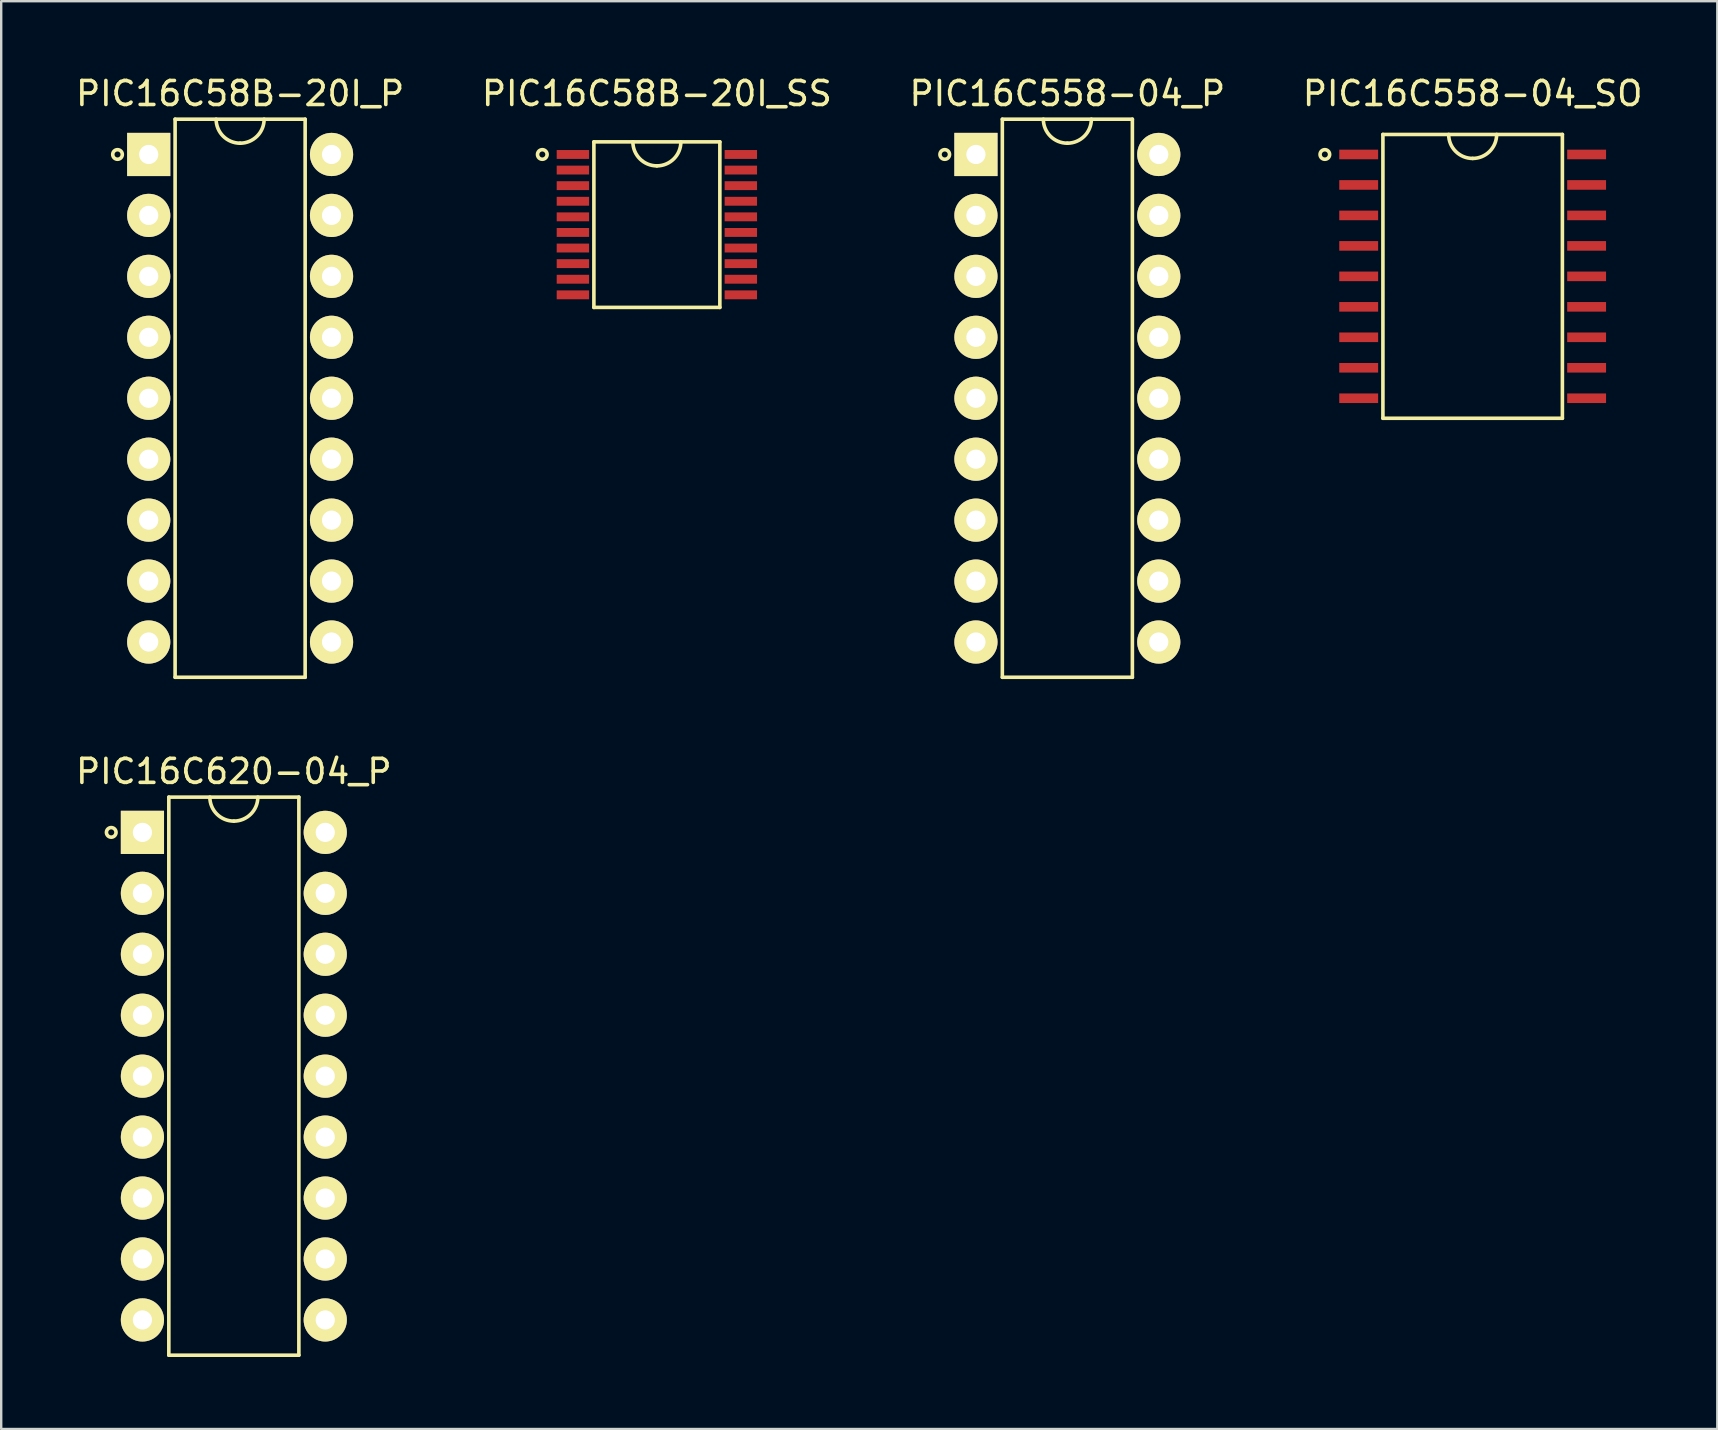
<source format=kicad_pcb>
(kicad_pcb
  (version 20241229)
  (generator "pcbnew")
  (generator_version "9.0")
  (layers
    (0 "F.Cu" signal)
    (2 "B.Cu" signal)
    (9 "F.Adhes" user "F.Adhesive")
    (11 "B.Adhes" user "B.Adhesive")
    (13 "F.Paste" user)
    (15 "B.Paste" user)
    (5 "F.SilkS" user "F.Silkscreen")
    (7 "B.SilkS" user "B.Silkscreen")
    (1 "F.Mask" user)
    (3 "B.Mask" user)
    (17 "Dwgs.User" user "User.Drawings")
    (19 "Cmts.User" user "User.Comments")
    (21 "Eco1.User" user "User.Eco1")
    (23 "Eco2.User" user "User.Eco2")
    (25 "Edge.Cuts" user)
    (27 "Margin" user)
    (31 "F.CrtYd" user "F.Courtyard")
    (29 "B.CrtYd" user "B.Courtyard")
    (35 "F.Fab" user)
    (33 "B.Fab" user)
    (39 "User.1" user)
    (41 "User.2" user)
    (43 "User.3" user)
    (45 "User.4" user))
  (footprint "PIC16C620-04_P"
    (layer "F.Cu")
    (at 2.886 31.642)
    (property "Reference" "PIC16C620-04_P" (at 3.81 -2.54 0) (layer "F.SilkS") (effects (font (size 1 1) (thickness 0.15))))
    (attr through_hole)
    (fp_line (start 1.1 -1.47) (end 6.52 -1.47) (stroke (width 0.15) (type solid)) (layer "F.SilkS"))
    (fp_line (start 1.1 21.79) (end 1.1 -1.47) (stroke (width 0.15) (type solid)) (layer "F.SilkS"))
    (fp_line (start 6.52 -1.47) (end 6.52 21.79) (stroke (width 0.15) (type solid)) (layer "F.SilkS"))
    (fp_line (start 6.52 21.79) (end 1.1 21.79) (stroke (width 0.15) (type solid)) (layer "F.SilkS"))
    (fp_arc (start 3.81 -0.47) (mid 3.102893 -0.762893) (end 2.81 -1.47) (stroke (width 0.15) (type solid)) (layer "F.SilkS"))
    (fp_arc (start 4.81 -1.47) (mid 4.517107 -0.762893) (end 3.81 -0.47) (stroke (width 0.15) (type solid)) (layer "F.SilkS"))
    (fp_circle (center -1.3 0) (end -1.3 0.2) (stroke (width 0.15) (type solid)) (fill no) (layer "F.SilkS"))
    (pad "1" thru_hole rect (at 0 0) (size 1.8 1.8) (drill 0.8) (layers "*.Cu" "*.Mask" "F.SilkS"))
    (pad "2" thru_hole circle (at 0 2.54) (size 1.8 1.8) (drill 0.8) (layers "*.Cu" "*.Mask" "F.SilkS"))
    (pad "3" thru_hole circle (at 0 5.08) (size 1.8 1.8) (drill 0.8) (layers "*.Cu" "*.Mask" "F.SilkS"))
    (pad "4" thru_hole circle (at 0 7.62) (size 1.8 1.8) (drill 0.8) (layers "*.Cu" "*.Mask" "F.SilkS"))
    (pad "5" thru_hole circle (at 0 10.16) (size 1.8 1.8) (drill 0.8) (layers "*.Cu" "*.Mask" "F.SilkS"))
    (pad "6" thru_hole circle (at 0 12.7) (size 1.8 1.8) (drill 0.8) (layers "*.Cu" "*.Mask" "F.SilkS"))
    (pad "7" thru_hole circle (at 0 15.24) (size 1.8 1.8) (drill 0.8) (layers "*.Cu" "*.Mask" "F.SilkS"))
    (pad "8" thru_hole circle (at 0 17.78) (size 1.8 1.8) (drill 0.8) (layers "*.Cu" "*.Mask" "F.SilkS"))
    (pad "9" thru_hole circle (at 0 20.32) (size 1.8 1.8) (drill 0.8) (layers "*.Cu" "*.Mask" "F.SilkS"))
    (pad "10" thru_hole circle (at 7.62 20.32) (size 1.8 1.8) (drill 0.8) (layers "*.Cu" "*.Mask" "F.SilkS"))
    (pad "11" thru_hole circle (at 7.62 17.78) (size 1.8 1.8) (drill 0.8) (layers "*.Cu" "*.Mask" "F.SilkS"))
    (pad "12" thru_hole circle (at 7.62 15.24) (size 1.8 1.8) (drill 0.8) (layers "*.Cu" "*.Mask" "F.SilkS"))
    (pad "13" thru_hole circle (at 7.62 12.7) (size 1.8 1.8) (drill 0.8) (layers "*.Cu" "*.Mask" "F.SilkS"))
    (pad "14" thru_hole circle (at 7.62 10.16) (size 1.8 1.8) (drill 0.8) (layers "*.Cu" "*.Mask" "F.SilkS"))
    (pad "15" thru_hole circle (at 7.62 7.62) (size 1.8 1.8) (drill 0.8) (layers "*.Cu" "*.Mask" "F.SilkS"))
    (pad "16" thru_hole circle (at 7.62 5.08) (size 1.8 1.8) (drill 0.8) (layers "*.Cu" "*.Mask" "F.SilkS"))
    (pad "17" thru_hole circle (at 7.62 2.54) (size 1.8 1.8) (drill 0.8) (layers "*.Cu" "*.Mask" "F.SilkS"))
    (pad "18" thru_hole circle (at 7.62 0) (size 1.8 1.8) (drill 0.8) (layers "*.Cu" "*.Mask" "F.SilkS")))
  (footprint "PIC16C58B-20I_P"
    (layer "F.Cu")
    (at 3.148 3.388)
    (property "Reference" "PIC16C58B-20I_P" (at 3.81 -2.54 0) (layer "F.SilkS") (effects (font (size 1 1) (thickness 0.15))))
    (attr through_hole)
    (fp_line (start 1.1 -1.47) (end 6.52 -1.47) (stroke (width 0.15) (type solid)) (layer "F.SilkS"))
    (fp_line (start 1.1 21.79) (end 1.1 -1.47) (stroke (width 0.15) (type solid)) (layer "F.SilkS"))
    (fp_line (start 6.52 -1.47) (end 6.52 21.79) (stroke (width 0.15) (type solid)) (layer "F.SilkS"))
    (fp_line (start 6.52 21.79) (end 1.1 21.79) (stroke (width 0.15) (type solid)) (layer "F.SilkS"))
    (fp_arc (start 3.81 -0.47) (mid 3.102893 -0.762893) (end 2.81 -1.47) (stroke (width 0.15) (type solid)) (layer "F.SilkS"))
    (fp_arc (start 4.81 -1.47) (mid 4.517107 -0.762893) (end 3.81 -0.47) (stroke (width 0.15) (type solid)) (layer "F.SilkS"))
    (fp_circle (center -1.3 0) (end -1.3 0.2) (stroke (width 0.15) (type solid)) (fill no) (layer "F.SilkS"))
    (pad "1" thru_hole rect (at 0 0) (size 1.8 1.8) (drill 0.8) (layers "*.Cu" "*.Mask" "F.SilkS"))
    (pad "2" thru_hole circle (at 0 2.54) (size 1.8 1.8) (drill 0.8) (layers "*.Cu" "*.Mask" "F.SilkS"))
    (pad "3" thru_hole circle (at 0 5.08) (size 1.8 1.8) (drill 0.8) (layers "*.Cu" "*.Mask" "F.SilkS"))
    (pad "4" thru_hole circle (at 0 7.62) (size 1.8 1.8) (drill 0.8) (layers "*.Cu" "*.Mask" "F.SilkS"))
    (pad "5" thru_hole circle (at 0 10.16) (size 1.8 1.8) (drill 0.8) (layers "*.Cu" "*.Mask" "F.SilkS"))
    (pad "6" thru_hole circle (at 0 12.7) (size 1.8 1.8) (drill 0.8) (layers "*.Cu" "*.Mask" "F.SilkS"))
    (pad "7" thru_hole circle (at 0 15.24) (size 1.8 1.8) (drill 0.8) (layers "*.Cu" "*.Mask" "F.SilkS"))
    (pad "8" thru_hole circle (at 0 17.78) (size 1.8 1.8) (drill 0.8) (layers "*.Cu" "*.Mask" "F.SilkS"))
    (pad "9" thru_hole circle (at 0 20.32) (size 1.8 1.8) (drill 0.8) (layers "*.Cu" "*.Mask" "F.SilkS"))
    (pad "10" thru_hole circle (at 7.62 20.32) (size 1.8 1.8) (drill 0.8) (layers "*.Cu" "*.Mask" "F.SilkS"))
    (pad "11" thru_hole circle (at 7.62 17.78) (size 1.8 1.8) (drill 0.8) (layers "*.Cu" "*.Mask" "F.SilkS"))
    (pad "12" thru_hole circle (at 7.62 15.24) (size 1.8 1.8) (drill 0.8) (layers "*.Cu" "*.Mask" "F.SilkS"))
    (pad "13" thru_hole circle (at 7.62 12.7) (size 1.8 1.8) (drill 0.8) (layers "*.Cu" "*.Mask" "F.SilkS"))
    (pad "14" thru_hole circle (at 7.62 10.16) (size 1.8 1.8) (drill 0.8) (layers "*.Cu" "*.Mask" "F.SilkS"))
    (pad "15" thru_hole circle (at 7.62 7.62) (size 1.8 1.8) (drill 0.8) (layers "*.Cu" "*.Mask" "F.SilkS"))
    (pad "16" thru_hole circle (at 7.62 5.08) (size 1.8 1.8) (drill 0.8) (layers "*.Cu" "*.Mask" "F.SilkS"))
    (pad "17" thru_hole circle (at 7.62 2.54) (size 1.8 1.8) (drill 0.8) (layers "*.Cu" "*.Mask" "F.SilkS"))
    (pad "18" thru_hole circle (at 7.62 0) (size 1.8 1.8) (drill 0.8) (layers "*.Cu" "*.Mask" "F.SilkS")))
  (footprint "PIC16C558-04_P"
    (layer "F.Cu")
    (at 37.625 3.388)
    (property "Reference" "PIC16C558-04_P" (at 3.81 -2.54 0) (layer "F.SilkS") (effects (font (size 1 1) (thickness 0.15))))
    (attr through_hole)
    (fp_line (start 1.1 -1.47) (end 6.52 -1.47) (stroke (width 0.15) (type solid)) (layer "F.SilkS"))
    (fp_line (start 1.1 21.79) (end 1.1 -1.47) (stroke (width 0.15) (type solid)) (layer "F.SilkS"))
    (fp_line (start 6.52 -1.47) (end 6.52 21.79) (stroke (width 0.15) (type solid)) (layer "F.SilkS"))
    (fp_line (start 6.52 21.79) (end 1.1 21.79) (stroke (width 0.15) (type solid)) (layer "F.SilkS"))
    (fp_arc (start 3.81 -0.47) (mid 3.102893 -0.762893) (end 2.81 -1.47) (stroke (width 0.15) (type solid)) (layer "F.SilkS"))
    (fp_arc (start 4.81 -1.47) (mid 4.517107 -0.762893) (end 3.81 -0.47) (stroke (width 0.15) (type solid)) (layer "F.SilkS"))
    (fp_circle (center -1.3 0) (end -1.3 0.2) (stroke (width 0.15) (type solid)) (fill no) (layer "F.SilkS"))
    (pad "1" thru_hole rect (at 0 0) (size 1.8 1.8) (drill 0.8) (layers "*.Cu" "*.Mask" "F.SilkS"))
    (pad "2" thru_hole circle (at 0 2.54) (size 1.8 1.8) (drill 0.8) (layers "*.Cu" "*.Mask" "F.SilkS"))
    (pad "3" thru_hole circle (at 0 5.08) (size 1.8 1.8) (drill 0.8) (layers "*.Cu" "*.Mask" "F.SilkS"))
    (pad "4" thru_hole circle (at 0 7.62) (size 1.8 1.8) (drill 0.8) (layers "*.Cu" "*.Mask" "F.SilkS"))
    (pad "5" thru_hole circle (at 0 10.16) (size 1.8 1.8) (drill 0.8) (layers "*.Cu" "*.Mask" "F.SilkS"))
    (pad "6" thru_hole circle (at 0 12.7) (size 1.8 1.8) (drill 0.8) (layers "*.Cu" "*.Mask" "F.SilkS"))
    (pad "7" thru_hole circle (at 0 15.24) (size 1.8 1.8) (drill 0.8) (layers "*.Cu" "*.Mask" "F.SilkS"))
    (pad "8" thru_hole circle (at 0 17.78) (size 1.8 1.8) (drill 0.8) (layers "*.Cu" "*.Mask" "F.SilkS"))
    (pad "9" thru_hole circle (at 0 20.32) (size 1.8 1.8) (drill 0.8) (layers "*.Cu" "*.Mask" "F.SilkS"))
    (pad "10" thru_hole circle (at 7.62 20.32) (size 1.8 1.8) (drill 0.8) (layers "*.Cu" "*.Mask" "F.SilkS"))
    (pad "11" thru_hole circle (at 7.62 17.78) (size 1.8 1.8) (drill 0.8) (layers "*.Cu" "*.Mask" "F.SilkS"))
    (pad "12" thru_hole circle (at 7.62 15.24) (size 1.8 1.8) (drill 0.8) (layers "*.Cu" "*.Mask" "F.SilkS"))
    (pad "13" thru_hole circle (at 7.62 12.7) (size 1.8 1.8) (drill 0.8) (layers "*.Cu" "*.Mask" "F.SilkS"))
    (pad "14" thru_hole circle (at 7.62 10.16) (size 1.8 1.8) (drill 0.8) (layers "*.Cu" "*.Mask" "F.SilkS"))
    (pad "15" thru_hole circle (at 7.62 7.62) (size 1.8 1.8) (drill 0.8) (layers "*.Cu" "*.Mask" "F.SilkS"))
    (pad "16" thru_hole circle (at 7.62 5.08) (size 1.8 1.8) (drill 0.8) (layers "*.Cu" "*.Mask" "F.SilkS"))
    (pad "17" thru_hole circle (at 7.62 2.54) (size 1.8 1.8) (drill 0.8) (layers "*.Cu" "*.Mask" "F.SilkS"))
    (pad "18" thru_hole circle (at 7.62 0) (size 1.8 1.8) (drill 0.8) (layers "*.Cu" "*.Mask" "F.SilkS")))
  (footprint "PIC16C558-04_SO"
    (layer "F.Cu")
    (at 53.577 3.388)
    (property "Reference" "PIC16C558-04_SO" (at 4.75 -2.54 0) (layer "F.SilkS") (effects (font (size 1 1) (thickness 0.15))))
    (attr through_hole)
    (fp_line (start 1.01 -0.835) (end 8.49 -0.835) (stroke (width 0.15) (type solid)) (layer "F.SilkS"))
    (fp_line (start 1.01 10.995) (end 1.01 -0.835) (stroke (width 0.15) (type solid)) (layer "F.SilkS"))
    (fp_line (start 8.49 -0.835) (end 8.49 10.995) (stroke (width 0.15) (type solid)) (layer "F.SilkS"))
    (fp_line (start 8.49 10.995) (end 1.01 10.995) (stroke (width 0.15) (type solid)) (layer "F.SilkS"))
    (fp_arc (start 4.75 0.165) (mid 4.042893 -0.127893) (end 3.75 -0.835) (stroke (width 0.15) (type solid)) (layer "F.SilkS"))
    (fp_arc (start 5.75 -0.835) (mid 5.457107 -0.127893) (end 4.75 0.165) (stroke (width 0.15) (type solid)) (layer "F.SilkS"))
    (fp_circle (center -1.41 0) (end -1.41 0.2) (stroke (width 0.15) (type solid)) (fill no) (layer "F.SilkS"))
    (pad "1" smd rect (at 0 0) (size 1.62 0.4) (layers "F.Cu" "F.Mask" "F.Paste"))
    (pad "2" smd rect (at 0 1.27) (size 1.62 0.4) (layers "F.Cu" "F.Mask" "F.Paste"))
    (pad "3" smd rect (at 0 2.54) (size 1.62 0.4) (layers "F.Cu" "F.Mask" "F.Paste"))
    (pad "4" smd rect (at 0 3.81) (size 1.62 0.4) (layers "F.Cu" "F.Mask" "F.Paste"))
    (pad "5" smd rect (at 0 5.08) (size 1.62 0.4) (layers "F.Cu" "F.Mask" "F.Paste"))
    (pad "6" smd rect (at 0 6.35) (size 1.62 0.4) (layers "F.Cu" "F.Mask" "F.Paste"))
    (pad "7" smd rect (at 0 7.62) (size 1.62 0.4) (layers "F.Cu" "F.Mask" "F.Paste"))
    (pad "8" smd rect (at 0 8.89) (size 1.62 0.4) (layers "F.Cu" "F.Mask" "F.Paste"))
    (pad "9" smd rect (at 0 10.16) (size 1.62 0.4) (layers "F.Cu" "F.Mask" "F.Paste"))
    (pad "10" smd rect (at 9.5 10.16) (size 1.62 0.4) (layers "F.Cu" "F.Mask" "F.Paste"))
    (pad "11" smd rect (at 9.5 8.89) (size 1.62 0.4) (layers "F.Cu" "F.Mask" "F.Paste"))
    (pad "12" smd rect (at 9.5 7.62) (size 1.62 0.4) (layers "F.Cu" "F.Mask" "F.Paste"))
    (pad "13" smd rect (at 9.5 6.35) (size 1.62 0.4) (layers "F.Cu" "F.Mask" "F.Paste"))
    (pad "14" smd rect (at 9.5 5.08) (size 1.62 0.4) (layers "F.Cu" "F.Mask" "F.Paste"))
    (pad "15" smd rect (at 9.5 3.81) (size 1.62 0.4) (layers "F.Cu" "F.Mask" "F.Paste"))
    (pad "16" smd rect (at 9.5 2.54) (size 1.62 0.4) (layers "F.Cu" "F.Mask" "F.Paste"))
    (pad "17" smd rect (at 9.5 1.27) (size 1.62 0.4) (layers "F.Cu" "F.Mask" "F.Paste"))
    (pad "18" smd rect (at 9.5 0) (size 1.62 0.4) (layers "F.Cu" "F.Mask" "F.Paste")))
  (footprint "PIC16C58B-20I_SS"
    (layer "F.Cu")
    (at 20.827 3.388)
    (property "Reference" "PIC16C58B-20I_SS" (at 3.5 -2.54 0) (layer "F.SilkS") (effects (font (size 1 1) (thickness 0.15))))
    (attr through_hole)
    (fp_line (start 0.875 -0.525) (end 6.125 -0.525) (stroke (width 0.15) (type solid)) (layer "F.SilkS"))
    (fp_line (start 0.875 6.375) (end 0.875 -0.525) (stroke (width 0.15) (type solid)) (layer "F.SilkS"))
    (fp_line (start 6.125 -0.525) (end 6.125 6.375) (stroke (width 0.15) (type solid)) (layer "F.SilkS"))
    (fp_line (start 6.125 6.375) (end 0.875 6.375) (stroke (width 0.15) (type solid)) (layer "F.SilkS"))
    (fp_arc (start 3.5 0.475) (mid 2.792893 0.182107) (end 2.5 -0.525) (stroke (width 0.15) (type solid)) (layer "F.SilkS"))
    (fp_arc (start 4.5 -0.525) (mid 4.207107 0.182107) (end 3.5 0.475) (stroke (width 0.15) (type solid)) (layer "F.SilkS"))
    (fp_circle (center -1.275 0) (end -1.275 0.2) (stroke (width 0.15) (type solid)) (fill no) (layer "F.SilkS"))
    (pad "1" smd rect (at 0 0) (size 1.35 0.37) (layers "F.Cu" "F.Mask" "F.Paste"))
    (pad "2" smd rect (at 0 0.65) (size 1.35 0.37) (layers "F.Cu" "F.Mask" "F.Paste"))
    (pad "3" smd rect (at 0 1.3) (size 1.35 0.37) (layers "F.Cu" "F.Mask" "F.Paste"))
    (pad "4" smd rect (at 0 1.95) (size 1.35 0.37) (layers "F.Cu" "F.Mask" "F.Paste"))
    (pad "5" smd rect (at 0 2.6) (size 1.35 0.37) (layers "F.Cu" "F.Mask" "F.Paste"))
    (pad "6" smd rect (at 0 3.25) (size 1.35 0.37) (layers "F.Cu" "F.Mask" "F.Paste"))
    (pad "7" smd rect (at 0 3.9) (size 1.35 0.37) (layers "F.Cu" "F.Mask" "F.Paste"))
    (pad "8" smd rect (at 0 4.55) (size 1.35 0.37) (layers "F.Cu" "F.Mask" "F.Paste"))
    (pad "9" smd rect (at 0 5.2) (size 1.35 0.37) (layers "F.Cu" "F.Mask" "F.Paste"))
    (pad "10" smd rect (at 0 5.85) (size 1.35 0.37) (layers "F.Cu" "F.Mask" "F.Paste"))
    (pad "11" smd rect (at 7 5.85) (size 1.35 0.37) (layers "F.Cu" "F.Mask" "F.Paste"))
    (pad "12" smd rect (at 7 5.2) (size 1.35 0.37) (layers "F.Cu" "F.Mask" "F.Paste"))
    (pad "13" smd rect (at 7 4.55) (size 1.35 0.37) (layers "F.Cu" "F.Mask" "F.Paste"))
    (pad "14" smd rect (at 7 3.9) (size 1.35 0.37) (layers "F.Cu" "F.Mask" "F.Paste"))
    (pad "15" smd rect (at 7 3.25) (size 1.35 0.37) (layers "F.Cu" "F.Mask" "F.Paste"))
    (pad "16" smd rect (at 7 2.6) (size 1.35 0.37) (layers "F.Cu" "F.Mask" "F.Paste"))
    (pad "17" smd rect (at 7 1.95) (size 1.35 0.37) (layers "F.Cu" "F.Mask" "F.Paste"))
    (pad "18" smd rect (at 7 1.3) (size 1.35 0.37) (layers "F.Cu" "F.Mask" "F.Paste"))
    (pad "19" smd rect (at 7 0.65) (size 1.35 0.37) (layers "F.Cu" "F.Mask" "F.Paste"))
    (pad "20" smd rect (at 7 0) (size 1.35 0.37) (layers "F.Cu" "F.Mask" "F.Paste")))
  (gr_rect
    (start -3 -3)
    (end 68.524 56.507)
    (stroke (width 0.1) (type default))
    (fill no)
    (layer "Edge.Cuts")))
</source>
